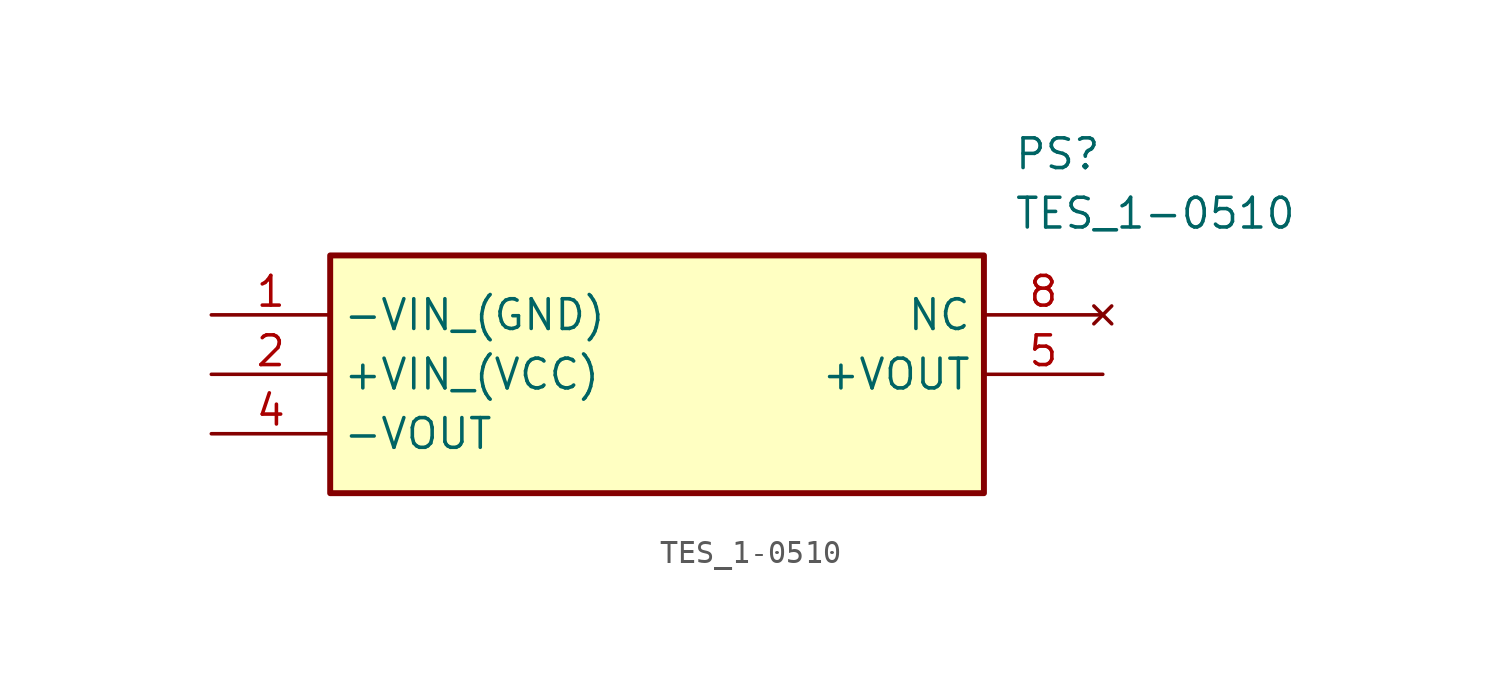
<source format=kicad_sym>
(kicad_symbol_lib
  (version 20211014)
  (generator SamacSys_ECAD_Model)
  (symbol "TES_1-0510"
    (property "Reference" "PS"
      (at 34.29 7.62 0)
      (effects (font (size 1.27 1.27)) (justify left top)))
    (property "Value" "TES_1-0510"
      (at 34.29 5.08 0)
      (effects (font (size 1.27 1.27)) (justify left top)))
    (rectangle
      (start 5.08 2.54)
      (end 33.02 -7.62)
      (stroke (width 0.254) (type default))
      (fill (type background)))
    (pin passive line
      (at 0 0 0)
      (length 5.08)
      (name "-VIN_(GND)" (effects (font (size 1.27 1.27))))
      (number "1" (effects (font (size 1.27 1.27)))))
    (pin passive line
      (at 0 -2.54 0)
      (length 5.08)
      (name "+VIN_(VCC)" (effects (font (size 1.27 1.27))))
      (number "2" (effects (font (size 1.27 1.27)))))
    (pin passive line
      (at 0 -5.08 0)
      (length 5.08)
      (name "-VOUT" (effects (font (size 1.27 1.27))))
      (number "4" (effects (font (size 1.27 1.27)))))
    (pin passive line
      (at 38.1 -2.54 180)
      (length 5.08)
      (name "+VOUT" (effects (font (size 1.27 1.27))))
      (number "5" (effects (font (size 1.27 1.27)))))
    (pin no_connect line
      (at 38.1 0 180)
      (length 5.08)
      (name "NC" (effects (font (size 1.27 1.27))))
      (number "8" (effects (font (size 1.27 1.27)))))))
</source>
